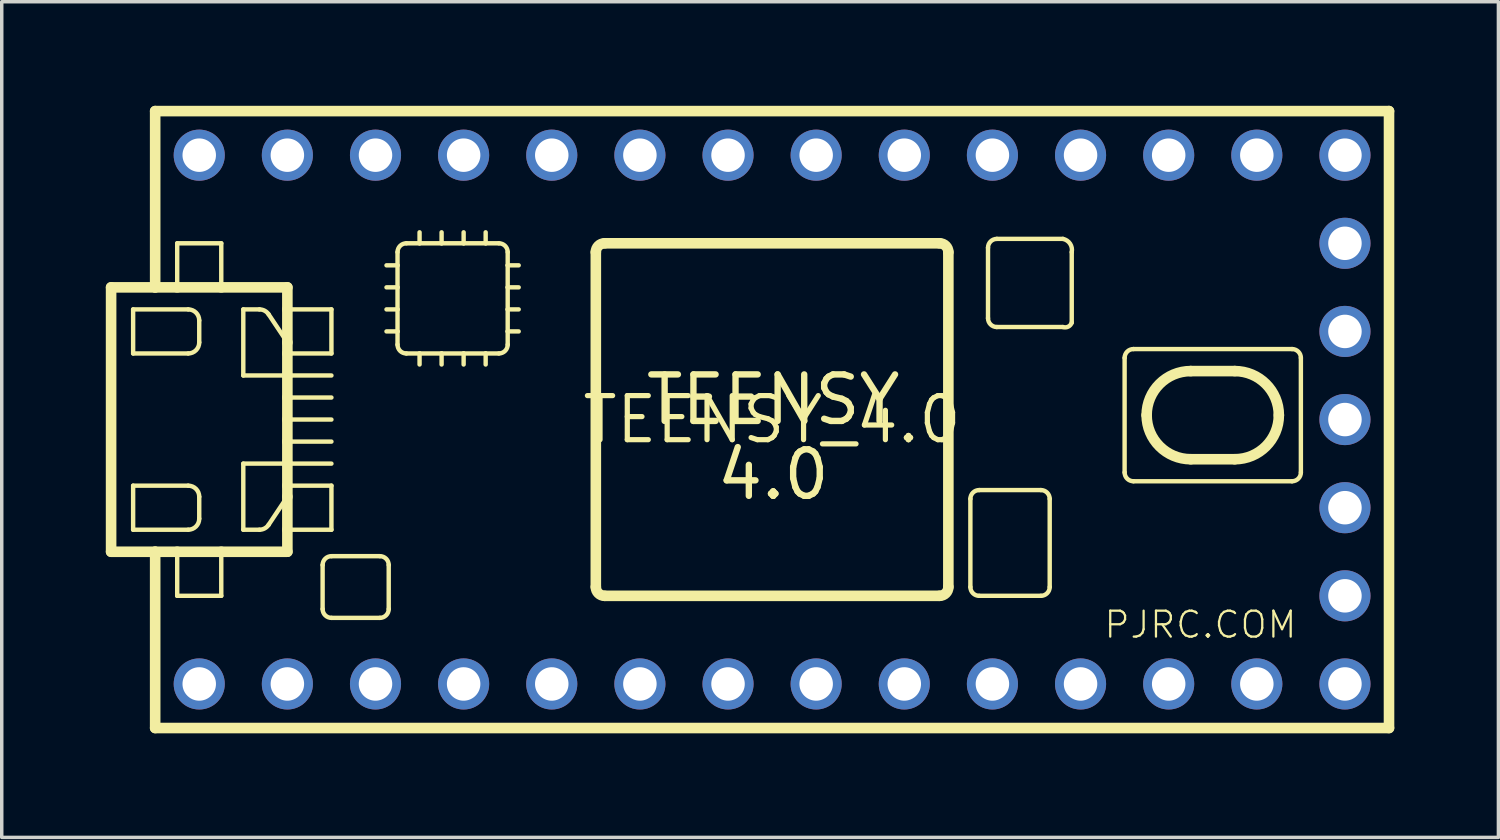
<source format=kicad_pcb>
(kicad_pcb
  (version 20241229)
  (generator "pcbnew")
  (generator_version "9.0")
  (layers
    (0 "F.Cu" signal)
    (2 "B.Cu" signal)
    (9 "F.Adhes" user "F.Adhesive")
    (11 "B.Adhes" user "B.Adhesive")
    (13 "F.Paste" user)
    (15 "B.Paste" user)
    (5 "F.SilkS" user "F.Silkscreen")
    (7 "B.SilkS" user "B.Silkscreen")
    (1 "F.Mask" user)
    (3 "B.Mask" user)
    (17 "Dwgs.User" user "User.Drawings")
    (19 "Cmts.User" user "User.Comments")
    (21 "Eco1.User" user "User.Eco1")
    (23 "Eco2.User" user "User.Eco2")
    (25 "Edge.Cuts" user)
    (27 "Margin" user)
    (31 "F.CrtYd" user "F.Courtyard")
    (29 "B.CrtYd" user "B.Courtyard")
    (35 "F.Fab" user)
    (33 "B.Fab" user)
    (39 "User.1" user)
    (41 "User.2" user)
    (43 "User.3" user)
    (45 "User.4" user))
  (footprint "TEENSY_4.0"
    (layer "F.Cu")
    (at 19.202 9.042)
    (property "Reference" "TEENSY_4.0" (at 0 0 0) (layer "F.SilkS") (effects (font (size 1.27 1.27) (thickness 0.15))))
    (fp_line (start -19.05 -3.81) (end -19.05 3.81) (stroke (width 0.305) (type solid)) (layer "F.SilkS"))
    (fp_line (start -19.05 3.81) (end -17.78 3.81) (stroke (width 0.305) (type solid)) (layer "F.SilkS"))
    (fp_line (start -18.415 -3.175) (end -18.415 -1.905) (stroke (width 0.127) (type solid)) (layer "F.SilkS"))
    (fp_line (start -18.415 -3.175) (end -16.828 -3.175) (stroke (width 0.127) (type solid)) (layer "F.SilkS"))
    (fp_line (start -18.415 1.905) (end -18.415 3.175) (stroke (width 0.127) (type solid)) (layer "F.SilkS"))
    (fp_line (start -18.415 3.175) (end -16.828 3.175) (stroke (width 0.127) (type solid)) (layer "F.SilkS"))
    (fp_line (start -17.78 -8.89) (end -17.78 -3.81) (stroke (width 0.305) (type solid)) (layer "F.SilkS"))
    (fp_line (start -17.78 -8.89) (end 17.78 -8.89) (stroke (width 0.305) (type solid)) (layer "F.SilkS"))
    (fp_line (start -17.78 -3.81) (end -19.05 -3.81) (stroke (width 0.305) (type solid)) (layer "F.SilkS"))
    (fp_line (start -17.78 3.81) (end -17.145 3.81) (stroke (width 0.305) (type solid)) (layer "F.SilkS"))
    (fp_line (start -17.78 8.89) (end -17.78 3.81) (stroke (width 0.305) (type solid)) (layer "F.SilkS"))
    (fp_line (start -17.145 -5.08) (end -15.875 -5.08) (stroke (width 0.127) (type solid)) (layer "F.SilkS"))
    (fp_line (start -17.145 -3.81) (end -17.78 -3.81) (stroke (width 0.305) (type solid)) (layer "F.SilkS"))
    (fp_line (start -17.145 -3.81) (end -17.145 -5.08) (stroke (width 0.127) (type solid)) (layer "F.SilkS"))
    (fp_line (start -17.145 3.81) (end -17.145 5.08) (stroke (width 0.127) (type solid)) (layer "F.SilkS"))
    (fp_line (start -17.145 3.81) (end -15.875 3.81) (stroke (width 0.305) (type solid)) (layer "F.SilkS"))
    (fp_line (start -17.145 5.08) (end -15.875 5.08) (stroke (width 0.127) (type solid)) (layer "F.SilkS"))
    (fp_line (start -16.828 -1.905) (end -18.415 -1.905) (stroke (width 0.127) (type solid)) (layer "F.SilkS"))
    (fp_line (start -16.828 1.905) (end -18.415 1.905) (stroke (width 0.127) (type solid)) (layer "F.SilkS"))
    (fp_line (start -16.51 -2.857) (end -16.51 -2.223) (stroke (width 0.127) (type solid)) (layer "F.SilkS"))
    (fp_line (start -16.51 2.857) (end -16.51 2.223) (stroke (width 0.127) (type solid)) (layer "F.SilkS"))
    (fp_line (start -15.875 -5.08) (end -15.875 -3.81) (stroke (width 0.127) (type solid)) (layer "F.SilkS"))
    (fp_line (start -15.875 -3.81) (end -17.145 -3.81) (stroke (width 0.305) (type solid)) (layer "F.SilkS"))
    (fp_line (start -15.875 3.81) (end -13.97 3.81) (stroke (width 0.305) (type solid)) (layer "F.SilkS"))
    (fp_line (start -15.875 5.08) (end -15.875 3.81) (stroke (width 0.127) (type solid)) (layer "F.SilkS"))
    (fp_line (start -15.24 -3.175) (end -14.775 -3.175) (stroke (width 0.127) (type solid)) (layer "F.SilkS"))
    (fp_line (start -15.24 -1.27) (end -15.24 -3.175) (stroke (width 0.127) (type solid)) (layer "F.SilkS"))
    (fp_line (start -15.24 1.27) (end -15.24 3.175) (stroke (width 0.127) (type solid)) (layer "F.SilkS"))
    (fp_line (start -15.24 3.175) (end -14.775 3.175) (stroke (width 0.127) (type solid)) (layer "F.SilkS"))
    (fp_line (start -14.511 -3.034) (end -13.97 -2.223) (stroke (width 0.127) (type solid)) (layer "F.SilkS"))
    (fp_line (start -14.511 3.034) (end -13.97 2.223) (stroke (width 0.127) (type solid)) (layer "F.SilkS"))
    (fp_line (start -13.97 -3.81) (end -15.875 -3.81) (stroke (width 0.305) (type solid)) (layer "F.SilkS"))
    (fp_line (start -13.97 -3.175) (end -13.97 -3.81) (stroke (width 0.305) (type solid)) (layer "F.SilkS"))
    (fp_line (start -13.97 -2.223) (end -13.97 -3.175) (stroke (width 0.305) (type solid)) (layer "F.SilkS"))
    (fp_line (start -13.97 -1.905) (end -13.97 -2.223) (stroke (width 0.305) (type solid)) (layer "F.SilkS"))
    (fp_line (start -13.97 -1.905) (end -12.7 -1.905) (stroke (width 0.127) (type solid)) (layer "F.SilkS"))
    (fp_line (start -13.97 -1.27) (end -15.24 -1.27) (stroke (width 0.127) (type solid)) (layer "F.SilkS"))
    (fp_line (start -13.97 -1.27) (end -13.97 -1.905) (stroke (width 0.305) (type solid)) (layer "F.SilkS"))
    (fp_line (start -13.97 -1.27) (end -12.7 -1.27) (stroke (width 0.127) (type solid)) (layer "F.SilkS"))
    (fp_line (start -13.97 -0.635) (end -13.97 -1.27) (stroke (width 0.305) (type solid)) (layer "F.SilkS"))
    (fp_line (start -13.97 -0.635) (end -12.7 -0.635) (stroke (width 0.127) (type solid)) (layer "F.SilkS"))
    (fp_line (start -13.97 0) (end -13.97 -0.635) (stroke (width 0.305) (type solid)) (layer "F.SilkS"))
    (fp_line (start -13.97 0) (end -12.7 0) (stroke (width 0.127) (type solid)) (layer "F.SilkS"))
    (fp_line (start -13.97 0.635) (end -13.97 0) (stroke (width 0.305) (type solid)) (layer "F.SilkS"))
    (fp_line (start -13.97 0.635) (end -12.7 0.635) (stroke (width 0.127) (type solid)) (layer "F.SilkS"))
    (fp_line (start -13.97 1.27) (end -15.24 1.27) (stroke (width 0.127) (type solid)) (layer "F.SilkS"))
    (fp_line (start -13.97 1.27) (end -13.97 0.635) (stroke (width 0.305) (type solid)) (layer "F.SilkS"))
    (fp_line (start -13.97 1.27) (end -12.7 1.27) (stroke (width 0.127) (type solid)) (layer "F.SilkS"))
    (fp_line (start -13.97 1.905) (end -13.97 1.27) (stroke (width 0.305) (type solid)) (layer "F.SilkS"))
    (fp_line (start -13.97 1.905) (end -12.7 1.905) (stroke (width 0.127) (type solid)) (layer "F.SilkS"))
    (fp_line (start -13.97 2.223) (end -13.97 1.905) (stroke (width 0.305) (type solid)) (layer "F.SilkS"))
    (fp_line (start -13.97 3.175) (end -13.97 2.223) (stroke (width 0.305) (type solid)) (layer "F.SilkS"))
    (fp_line (start -13.97 3.81) (end -13.97 3.175) (stroke (width 0.305) (type solid)) (layer "F.SilkS"))
    (fp_line (start -12.954 4.191) (end -12.954 5.461) (stroke (width 0.127) (type solid)) (layer "F.SilkS"))
    (fp_line (start -12.7 -3.175) (end -13.97 -3.175) (stroke (width 0.127) (type solid)) (layer "F.SilkS"))
    (fp_line (start -12.7 -1.905) (end -12.7 -3.175) (stroke (width 0.127) (type solid)) (layer "F.SilkS"))
    (fp_line (start -12.7 1.905) (end -12.7 3.175) (stroke (width 0.127) (type solid)) (layer "F.SilkS"))
    (fp_line (start -12.7 3.175) (end -13.97 3.175) (stroke (width 0.127) (type solid)) (layer "F.SilkS"))
    (fp_line (start -12.7 5.715) (end -11.303 5.715) (stroke (width 0.127) (type solid)) (layer "F.SilkS"))
    (fp_line (start -11.303 3.937) (end -12.7 3.937) (stroke (width 0.127) (type solid)) (layer "F.SilkS"))
    (fp_line (start -11.049 5.461) (end -11.049 4.191) (stroke (width 0.127) (type solid)) (layer "F.SilkS"))
    (fp_line (start -10.795 -4.826) (end -10.795 -4.445) (stroke (width 0.127) (type solid)) (layer "F.SilkS"))
    (fp_line (start -10.795 -4.445) (end -11.113 -4.445) (stroke (width 0.127) (type solid)) (layer "F.SilkS"))
    (fp_line (start -10.795 -4.445) (end -10.795 -3.81) (stroke (width 0.127) (type solid)) (layer "F.SilkS"))
    (fp_line (start -10.795 -3.81) (end -11.113 -3.81) (stroke (width 0.127) (type solid)) (layer "F.SilkS"))
    (fp_line (start -10.795 -3.81) (end -10.795 -3.175) (stroke (width 0.127) (type solid)) (layer "F.SilkS"))
    (fp_line (start -10.795 -3.175) (end -11.113 -3.175) (stroke (width 0.127) (type solid)) (layer "F.SilkS"))
    (fp_line (start -10.795 -3.175) (end -10.795 -2.54) (stroke (width 0.127) (type solid)) (layer "F.SilkS"))
    (fp_line (start -10.795 -2.54) (end -11.113 -2.54) (stroke (width 0.127) (type solid)) (layer "F.SilkS"))
    (fp_line (start -10.795 -2.54) (end -10.795 -2.159) (stroke (width 0.127) (type solid)) (layer "F.SilkS"))
    (fp_line (start -10.541 -1.905) (end -10.16 -1.905) (stroke (width 0.127) (type solid)) (layer "F.SilkS"))
    (fp_line (start -10.16 -5.08) (end -10.541 -5.08) (stroke (width 0.127) (type solid)) (layer "F.SilkS"))
    (fp_line (start -10.16 -5.08) (end -10.16 -5.397) (stroke (width 0.127) (type solid)) (layer "F.SilkS"))
    (fp_line (start -10.16 -1.905) (end -10.16 -1.587) (stroke (width 0.127) (type solid)) (layer "F.SilkS"))
    (fp_line (start -10.16 -1.905) (end -9.525 -1.905) (stroke (width 0.127) (type solid)) (layer "F.SilkS"))
    (fp_line (start -9.525 -5.08) (end -10.16 -5.08) (stroke (width 0.127) (type solid)) (layer "F.SilkS"))
    (fp_line (start -9.525 -5.08) (end -9.525 -5.397) (stroke (width 0.127) (type solid)) (layer "F.SilkS"))
    (fp_line (start -9.525 -1.905) (end -9.525 -1.587) (stroke (width 0.127) (type solid)) (layer "F.SilkS"))
    (fp_line (start -9.525 -1.905) (end -8.89 -1.905) (stroke (width 0.127) (type solid)) (layer "F.SilkS"))
    (fp_line (start -8.89 -5.08) (end -9.525 -5.08) (stroke (width 0.127) (type solid)) (layer "F.SilkS"))
    (fp_line (start -8.89 -5.08) (end -8.89 -5.397) (stroke (width 0.127) (type solid)) (layer "F.SilkS"))
    (fp_line (start -8.89 -1.905) (end -8.89 -1.587) (stroke (width 0.127) (type solid)) (layer "F.SilkS"))
    (fp_line (start -8.89 -1.905) (end -8.255 -1.905) (stroke (width 0.127) (type solid)) (layer "F.SilkS"))
    (fp_line (start -8.255 -5.08) (end -8.89 -5.08) (stroke (width 0.127) (type solid)) (layer "F.SilkS"))
    (fp_line (start -8.255 -5.08) (end -8.255 -5.397) (stroke (width 0.127) (type solid)) (layer "F.SilkS"))
    (fp_line (start -8.255 -1.905) (end -8.255 -1.587) (stroke (width 0.127) (type solid)) (layer "F.SilkS"))
    (fp_line (start -8.255 -1.905) (end -7.874 -1.905) (stroke (width 0.127) (type solid)) (layer "F.SilkS"))
    (fp_line (start -7.874 -5.08) (end -8.255 -5.08) (stroke (width 0.127) (type solid)) (layer "F.SilkS"))
    (fp_line (start -7.62 -4.445) (end -7.62 -4.826) (stroke (width 0.127) (type solid)) (layer "F.SilkS"))
    (fp_line (start -7.62 -4.445) (end -7.303 -4.445) (stroke (width 0.127) (type solid)) (layer "F.SilkS"))
    (fp_line (start -7.62 -3.81) (end -7.62 -4.445) (stroke (width 0.127) (type solid)) (layer "F.SilkS"))
    (fp_line (start -7.62 -3.81) (end -7.303 -3.81) (stroke (width 0.127) (type solid)) (layer "F.SilkS"))
    (fp_line (start -7.62 -3.175) (end -7.62 -3.81) (stroke (width 0.127) (type solid)) (layer "F.SilkS"))
    (fp_line (start -7.62 -3.175) (end -7.303 -3.175) (stroke (width 0.127) (type solid)) (layer "F.SilkS"))
    (fp_line (start -7.62 -2.54) (end -7.62 -3.175) (stroke (width 0.127) (type solid)) (layer "F.SilkS"))
    (fp_line (start -7.62 -2.54) (end -7.303 -2.54) (stroke (width 0.127) (type solid)) (layer "F.SilkS"))
    (fp_line (start -7.62 -2.159) (end -7.62 -2.54) (stroke (width 0.127) (type solid)) (layer "F.SilkS"))
    (fp_line (start -5.08 4.826) (end -5.08 -4.826) (stroke (width 0.305) (type solid)) (layer "F.SilkS"))
    (fp_line (start -4.826 -5.08) (end 4.826 -5.08) (stroke (width 0.305) (type solid)) (layer "F.SilkS"))
    (fp_line (start 4.826 5.08) (end -4.826 5.08) (stroke (width 0.305) (type solid)) (layer "F.SilkS"))
    (fp_line (start 5.08 -4.826) (end 5.08 4.826) (stroke (width 0.305) (type solid)) (layer "F.SilkS"))
    (fp_line (start 5.715 2.286) (end 5.715 4.826) (stroke (width 0.127) (type solid)) (layer "F.SilkS"))
    (fp_line (start 5.969 5.08) (end 7.747 5.08) (stroke (width 0.127) (type solid)) (layer "F.SilkS"))
    (fp_line (start 6.223 -4.953) (end 6.223 -2.921) (stroke (width 0.127) (type solid)) (layer "F.SilkS"))
    (fp_line (start 6.477 -2.667) (end 8.382 -2.667) (stroke (width 0.127) (type solid)) (layer "F.SilkS"))
    (fp_line (start 7.747 2.032) (end 5.969 2.032) (stroke (width 0.127) (type solid)) (layer "F.SilkS"))
    (fp_line (start 8.001 4.826) (end 8.001 2.286) (stroke (width 0.127) (type solid)) (layer "F.SilkS"))
    (fp_line (start 8.382 -5.207) (end 6.477 -5.207) (stroke (width 0.127) (type solid)) (layer "F.SilkS"))
    (fp_line (start 8.636 -2.794) (end 8.636 -4.826) (stroke (width 0.127) (type solid)) (layer "F.SilkS"))
    (fp_line (start 10.16 -1.778) (end 10.16 1.524) (stroke (width 0.127) (type solid)) (layer "F.SilkS"))
    (fp_line (start 10.414 1.778) (end 14.986 1.778) (stroke (width 0.127) (type solid)) (layer "F.SilkS"))
    (fp_line (start 12.065 -1.397) (end 13.335 -1.397) (stroke (width 0.305) (type solid)) (layer "F.SilkS"))
    (fp_line (start 13.335 1.143) (end 12.065 1.143) (stroke (width 0.305) (type solid)) (layer "F.SilkS"))
    (fp_line (start 14.986 -2.032) (end 10.414 -2.032) (stroke (width 0.127) (type solid)) (layer "F.SilkS"))
    (fp_line (start 15.24 1.524) (end 15.24 -1.778) (stroke (width 0.127) (type solid)) (layer "F.SilkS"))
    (fp_line (start 17.78 -8.89) (end 17.78 8.89) (stroke (width 0.305) (type solid)) (layer "F.SilkS"))
    (fp_line (start 17.78 8.89) (end -17.78 8.89) (stroke (width 0.305) (type solid)) (layer "F.SilkS"))
    (fp_arc (start -16.8275 -3.175) (mid -16.602994 -3.082006) (end -16.51 -2.8575) (stroke (width 0.127) (type solid)) (layer "F.SilkS"))
    (fp_arc (start -16.8275 1.905) (mid -16.602994 1.997994) (end -16.51 2.2225) (stroke (width 0.127) (type solid)) (layer "F.SilkS"))
    (fp_arc (start -16.51 -2.2225) (mid -16.602994 -1.997994) (end -16.8275 -1.905) (stroke (width 0.127) (type solid)) (layer "F.SilkS"))
    (fp_arc (start -16.51 2.8575) (mid -16.602994 3.082006) (end -16.8275 3.175) (stroke (width 0.127) (type solid)) (layer "F.SilkS"))
    (fp_arc (start -14.774921 -3.175) (mid -14.625104 -3.137431) (end -14.510742 -3.033616) (stroke (width 0.127) (type solid)) (layer "F.SilkS"))
    (fp_arc (start -14.510742 3.033616) (mid -14.625104 3.137432) (end -14.774921 3.175) (stroke (width 0.127) (type solid)) (layer "F.SilkS"))
    (fp_arc (start -12.954 4.191) (mid -12.879605 4.011395) (end -12.7 3.937) (stroke (width 0.127) (type solid)) (layer "F.SilkS"))
    (fp_arc (start -12.7 5.715) (mid -12.879605 5.640605) (end -12.954 5.461) (stroke (width 0.127) (type solid)) (layer "F.SilkS"))
    (fp_arc (start -11.303 3.937) (mid -11.123395 4.011395) (end -11.049 4.191) (stroke (width 0.127) (type solid)) (layer "F.SilkS"))
    (fp_arc (start -11.049 5.461) (mid -11.123395 5.640605) (end -11.303 5.715) (stroke (width 0.127) (type solid)) (layer "F.SilkS"))
    (fp_arc (start -10.795 -4.826) (mid -10.720605 -5.005605) (end -10.541 -5.08) (stroke (width 0.127) (type solid)) (layer "F.SilkS"))
    (fp_arc (start -10.541 -1.905) (mid -10.720605 -1.979395) (end -10.795 -2.159) (stroke (width 0.127) (type solid)) (layer "F.SilkS"))
    (fp_arc (start -7.874 -5.08) (mid -7.694395 -5.005605) (end -7.62 -4.826) (stroke (width 0.127) (type solid)) (layer "F.SilkS"))
    (fp_arc (start -7.62 -2.159) (mid -7.694395 -1.979395) (end -7.874 -1.905) (stroke (width 0.127) (type solid)) (layer "F.SilkS"))
    (fp_arc (start -5.08 -4.826) (mid -5.005605 -5.005605) (end -4.826 -5.08) (stroke (width 0.3048) (type solid)) (layer "F.SilkS"))
    (fp_arc (start -4.826 5.08) (mid -5.005605 5.005605) (end -5.08 4.826) (stroke (width 0.3048) (type solid)) (layer "F.SilkS"))
    (fp_arc (start 4.826 -5.08) (mid 5.005605 -5.005605) (end 5.08 -4.826) (stroke (width 0.3048) (type solid)) (layer "F.SilkS"))
    (fp_arc (start 5.08 4.826) (mid 5.005605 5.005605) (end 4.826 5.08) (stroke (width 0.3048) (type solid)) (layer "F.SilkS"))
    (fp_arc (start 5.715 2.286) (mid 5.789395 2.106395) (end 5.969 2.032) (stroke (width 0.127) (type solid)) (layer "F.SilkS"))
    (fp_arc (start 5.969 5.08) (mid 5.789395 5.005605) (end 5.715 4.826) (stroke (width 0.127) (type solid)) (layer "F.SilkS"))
    (fp_arc (start 6.223 -4.953) (mid 6.297395 -5.132605) (end 6.477 -5.207) (stroke (width 0.127) (type solid)) (layer "F.SilkS"))
    (fp_arc (start 6.477 -2.667) (mid 6.297395 -2.741395) (end 6.223 -2.921) (stroke (width 0.127) (type solid)) (layer "F.SilkS"))
    (fp_arc (start 7.747 2.032) (mid 7.926605 2.106395) (end 8.001 2.286) (stroke (width 0.127) (type solid)) (layer "F.SilkS"))
    (fp_arc (start 8.001 4.826) (mid 7.926605 5.005605) (end 7.747 5.08) (stroke (width 0.127) (type solid)) (layer "F.SilkS"))
    (fp_arc (start 8.382 -5.207) (mid 8.587908 -5.069105) (end 8.636 -4.826) (stroke (width 0.127) (type solid)) (layer "F.SilkS"))
    (fp_arc (start 8.636 -2.794) (mid 8.535303 -2.677895) (end 8.382 -2.667) (stroke (width 0.127) (type solid)) (layer "F.SilkS"))
    (fp_arc (start 10.16 -1.778) (mid 10.234395 -1.957605) (end 10.414 -2.032) (stroke (width 0.127) (type solid)) (layer "F.SilkS"))
    (fp_arc (start 10.414 1.778) (mid 10.234395 1.703605) (end 10.16 1.524) (stroke (width 0.127) (type solid)) (layer "F.SilkS"))
    (fp_arc (start 10.795 -0.127) (mid 11.166975 -1.025025) (end 12.065001 -1.396999) (stroke (width 0.3048) (type solid)) (layer "F.SilkS"))
    (fp_arc (start 12.065 1.143) (mid 11.166974 0.771026) (end 10.795 -0.127) (stroke (width 0.3048) (type solid)) (layer "F.SilkS"))
    (fp_arc (start 13.335 -1.397) (mid 14.233026 -1.025025) (end 14.605001 -0.126999) (stroke (width 0.3048) (type solid)) (layer "F.SilkS"))
    (fp_arc (start 14.605 -0.127) (mid 14.233026 0.771026) (end 13.335 1.143) (stroke (width 0.3048) (type solid)) (layer "F.SilkS"))
    (fp_arc (start 14.986 -2.032) (mid 15.165605 -1.957605) (end 15.24 -1.778) (stroke (width 0.127) (type solid)) (layer "F.SilkS"))
    (fp_arc (start 15.24 1.524) (mid 15.165605 1.703605) (end 14.986 1.778) (stroke (width 0.127) (type solid)) (layer "F.SilkS"))
    (fp_text user "PJRC.COM" (at 9.525 6.35 0) (layer "F.SilkS") (effects (font (size 0.748 0.748) (thickness 0.065)) (justify left bottom)))
    (fp_text user "TEENSY\n4.0" (at 0.032 0.508 0) (layer "F.SilkS") (effects (font (size 1.341 1.341) (thickness 0.183))))
    (pad "0/RX" thru_hole circle (at -13.97 7.62) (size 1.473 1.473) (drill 0.965) (layers "*.Cu" "*.Mask"))
    (pad "1/TX" thru_hole circle (at -11.43 7.62) (size 1.473 1.473) (drill 0.965) (layers "*.Cu" "*.Mask"))
    (pad "2" thru_hole circle (at -8.89 7.62) (size 1.473 1.473) (drill 0.965) (layers "*.Cu" "*.Mask"))
    (pad "3/CANTX" thru_hole circle (at -6.35 7.62) (size 1.473 1.473) (drill 0.965) (layers "*.Cu" "*.Mask"))
    (pad "3V3_LN" thru_hole circle (at 16.51 2.54) (size 1.473 1.473) (drill 0.965) (layers "*.Cu" "*.Mask"))
    (pad "3V3_LO" thru_hole circle (at -11.43 -7.62) (size 1.473 1.473) (drill 0.965) (layers "*.Cu" "*.Mask"))
    (pad "4/CANRX" thru_hole circle (at -3.81 7.62) (size 1.473 1.473) (drill 0.965) (layers "*.Cu" "*.Mask"))
    (pad "5" thru_hole circle (at -1.27 7.62) (size 1.473 1.473) (drill 0.965) (layers "*.Cu" "*.Mask"))
    (pad "6" thru_hole circle (at 1.27 7.62) (size 1.473 1.473) (drill 0.965) (layers "*.Cu" "*.Mask"))
    (pad "7" thru_hole circle (at 3.81 7.62) (size 1.473 1.473) (drill 0.965) (layers "*.Cu" "*.Mask"))
    (pad "8" thru_hole circle (at 6.35 7.62) (size 1.473 1.473) (drill 0.965) (layers "*.Cu" "*.Mask"))
    (pad "9/CS" thru_hole circle (at 8.89 7.62) (size 1.473 1.473) (drill 0.965) (layers "*.Cu" "*.Mask"))
    (pad "10/CS" thru_hole circle (at 11.43 7.62) (size 1.473 1.473) (drill 0.965) (layers "*.Cu" "*.Mask"))
    (pad "11/MOSI" thru_hole circle (at 13.97 7.62) (size 1.473 1.473) (drill 0.965) (layers "*.Cu" "*.Mask"))
    (pad "12/MISO" thru_hole circle (at 16.51 7.62) (size 1.473 1.473) (drill 0.965) (layers "*.Cu" "*.Mask"))
    (pad "13/SCK" thru_hole circle (at 16.51 -7.62) (size 1.473 1.473) (drill 0.965) (layers "*.Cu" "*.Mask"))
    (pad "14/A0" thru_hole circle (at 13.97 -7.62) (size 1.473 1.473) (drill 0.965) (layers "*.Cu" "*.Mask"))
    (pad "15/A1" thru_hole circle (at 11.43 -7.62) (size 1.473 1.473) (drill 0.965) (layers "*.Cu" "*.Mask"))
    (pad "16/A2" thru_hole circle (at 8.89 -7.62) (size 1.473 1.473) (drill 0.965) (layers "*.Cu" "*.Mask"))
    (pad "17/A3" thru_hole circle (at 6.35 -7.62) (size 1.473 1.473) (drill 0.965) (layers "*.Cu" "*.Mask"))
    (pad "18/A4/SDA" thru_hole circle (at 3.81 -7.62) (size 1.473 1.473) (drill 0.965) (layers "*.Cu" "*.Mask"))
    (pad "19/A5/SCL" thru_hole circle (at 1.27 -7.62) (size 1.473 1.473) (drill 0.965) (layers "*.Cu" "*.Mask"))
    (pad "20/A6" thru_hole circle (at -1.27 -7.62) (size 1.473 1.473) (drill 0.965) (layers "*.Cu" "*.Mask"))
    (pad "21/A7" thru_hole circle (at -3.81 -7.62) (size 1.473 1.473) (drill 0.965) (layers "*.Cu" "*.Mask"))
    (pad "22/A8" thru_hole circle (at -6.35 -7.62) (size 1.473 1.473) (drill 0.965) (layers "*.Cu" "*.Mask"))
    (pad "23/A9" thru_hole circle (at -8.89 -7.62) (size 1.473 1.473) (drill 0.965) (layers "*.Cu" "*.Mask"))
    (pad "GND" thru_hole circle (at -16.51 7.62) (size 1.473 1.473) (drill 0.965) (layers "*.Cu" "*.Mask"))
    (pad "GND2" thru_hole circle (at -13.97 -7.62) (size 1.473 1.473) (drill 0.965) (layers "*.Cu" "*.Mask"))
    (pad "GND3" thru_hole circle (at 16.51 0) (size 1.473 1.473) (drill 0.965) (layers "*.Cu" "*.Mask"))
    (pad "ON/OFF" thru_hole circle (at 16.51 -5.08) (size 1.473 1.473) (drill 0.965) (layers "*.Cu" "*.Mask"))
    (pad "PROG" thru_hole circle (at 16.51 -2.54) (size 1.473 1.473) (drill 0.965) (layers "*.Cu" "*.Mask"))
    (pad "VBAT\\" thru_hole circle (at 16.51 5.08 180) (size 1.473 1.473) (drill 0.965) (layers "*.Cu" "*.Mask"))
    (pad "VIN" thru_hole circle (at -16.51 -7.62) (size 1.473 1.473) (drill 0.965) (layers "*.Cu" "*.Mask")))
  (gr_rect
    (start -3 -3)
    (end 40.135 21.085)
    (stroke (width 0.1) (type default))
    (fill no)
    (layer "Edge.Cuts")))
</source>
